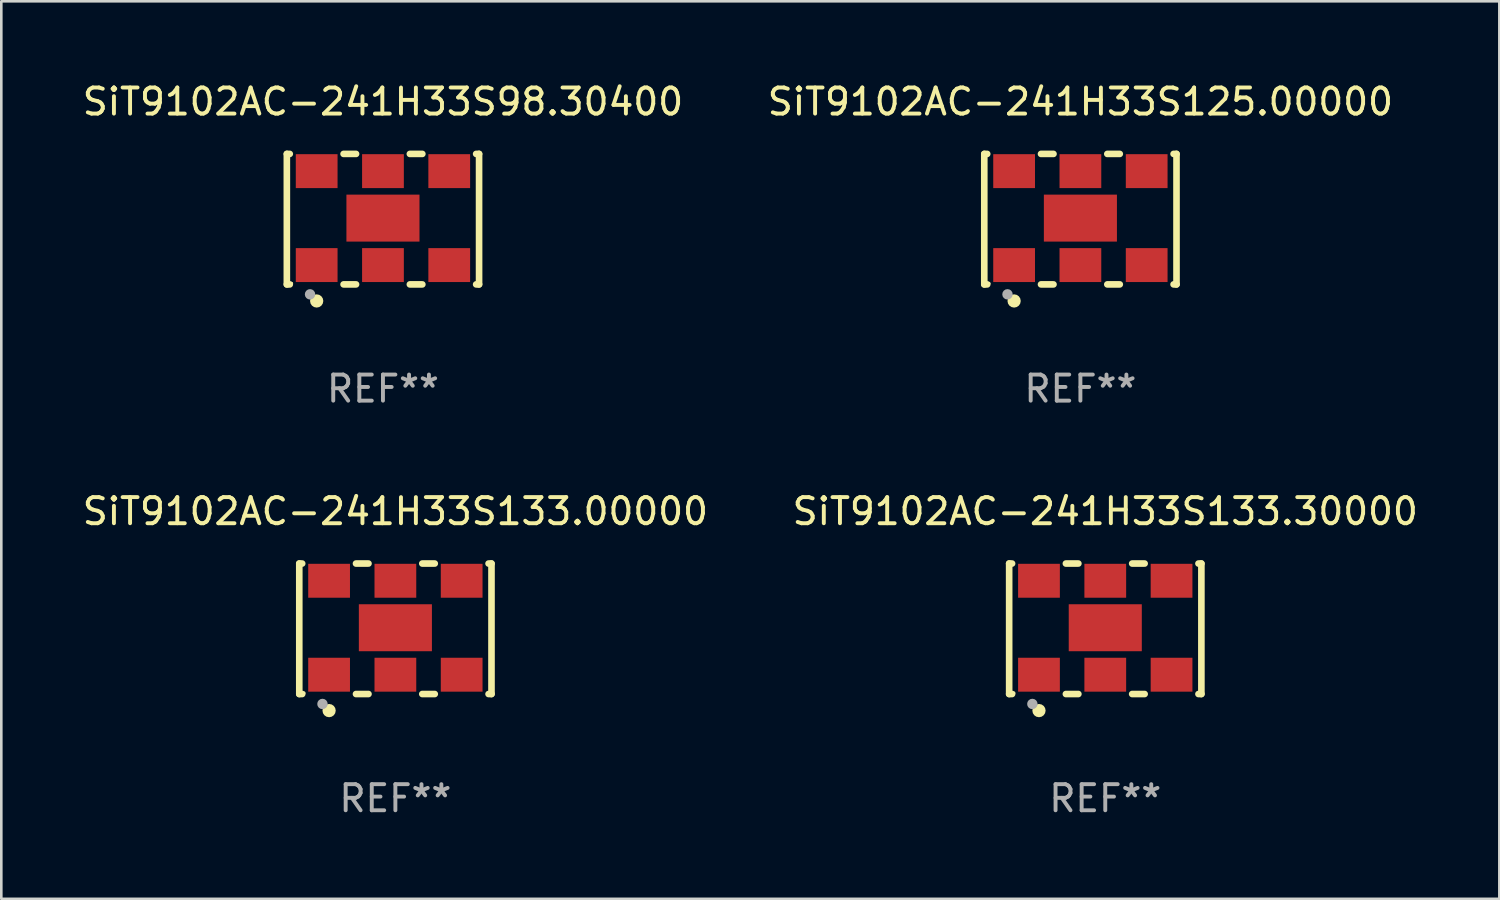
<source format=kicad_pcb>
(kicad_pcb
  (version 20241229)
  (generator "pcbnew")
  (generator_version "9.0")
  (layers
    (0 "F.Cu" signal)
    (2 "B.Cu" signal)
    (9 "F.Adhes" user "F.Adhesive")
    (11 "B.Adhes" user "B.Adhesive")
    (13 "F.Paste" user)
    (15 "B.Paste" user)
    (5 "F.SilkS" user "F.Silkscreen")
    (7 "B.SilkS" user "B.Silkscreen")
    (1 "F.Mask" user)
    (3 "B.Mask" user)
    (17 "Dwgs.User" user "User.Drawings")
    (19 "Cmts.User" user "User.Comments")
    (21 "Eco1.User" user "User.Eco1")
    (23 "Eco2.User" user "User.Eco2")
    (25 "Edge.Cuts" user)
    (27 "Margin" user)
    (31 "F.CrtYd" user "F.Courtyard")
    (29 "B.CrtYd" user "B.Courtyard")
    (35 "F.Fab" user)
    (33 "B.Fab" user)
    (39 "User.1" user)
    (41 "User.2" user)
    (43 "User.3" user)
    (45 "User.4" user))
  (footprint "SiT9102AC-241H33S133.00000"
    (layer "F.Cu")
    (at 12.101 21.045)
    (property "Reference" "SiT9102AC-241H33S133.00000" (at 0 -4.5 0) (layer "F.SilkS") (effects (font (size 1 1) (thickness 0.15))))
    (attr through_hole)
    (fp_line (start -3.683 -2.5) (end -3.571 -2.5) (stroke (width 0.254) (type solid)) (layer "F.SilkS"))
    (fp_line (start -3.683 2.5) (end -3.683 -2.5) (stroke (width 0.254) (type solid)) (layer "F.SilkS"))
    (fp_line (start -3.683 2.5) (end -3.571 2.5) (stroke (width 0.254) (type solid)) (layer "F.SilkS"))
    (fp_line (start -1.509 -2.5) (end -1.031 -2.5) (stroke (width 0.254) (type solid)) (layer "F.SilkS"))
    (fp_line (start -1.509 2.5) (end -1.031 2.5) (stroke (width 0.254) (type solid)) (layer "F.SilkS"))
    (fp_line (start 1.031 -2.5) (end 1.509 -2.5) (stroke (width 0.254) (type solid)) (layer "F.SilkS"))
    (fp_line (start 1.031 2.5) (end 1.509 2.5) (stroke (width 0.254) (type solid)) (layer "F.SilkS"))
    (fp_line (start 3.571 -2.5) (end 3.683 -2.5) (stroke (width 0.254) (type solid)) (layer "F.SilkS"))
    (fp_line (start 3.571 2.5) (end 3.683 2.5) (stroke (width 0.254) (type solid)) (layer "F.SilkS"))
    (fp_line (start 3.683 2.5) (end 3.683 -2.5) (stroke (width 0.254) (type solid)) (layer "F.SilkS"))
    (fp_circle (center -3.5 2.46) (end -3.47 2.46) (stroke (width 0.06) (type solid)) (fill no) (layer "F.SilkS"))
    (fp_circle (center -2.54 3.135) (end -2.413 3.135) (stroke (width 0.254) (type solid)) (fill no) (layer "F.SilkS"))
    (fp_circle (center -2.794 2.881) (end -2.694 2.881) (stroke (width 0.2) (type solid)) (fill no) (layer "F.Fab"))
    (fp_text user "REF**" (at 0 6.5 0) (layer "F.Fab") (effects (font (size 1 1) (thickness 0.15))))
    (pad "1" smd rect (at -2.54 1.76) (size 1.6 1.3) (layers "F.Cu" "F.Mask" "F.Paste"))
    (pad "2" smd rect (at 0 1.76) (size 1.6 1.3) (layers "F.Cu" "F.Mask" "F.Paste"))
    (pad "3" smd rect (at 2.54 1.76) (size 1.6 1.3) (layers "F.Cu" "F.Mask" "F.Paste"))
    (pad "4" smd rect (at 2.54 -1.84) (size 1.6 1.3) (layers "F.Cu" "F.Mask" "F.Paste"))
    (pad "5" smd rect (at 0 -1.84) (size 1.6 1.3) (layers "F.Cu" "F.Mask" "F.Paste"))
    (pad "6" smd rect (at -2.54 -1.84) (size 1.6 1.3) (layers "F.Cu" "F.Mask" "F.Paste"))
    (pad "7" smd rect (at 0 -0.04) (size 2.8 1.8) (layers "F.Cu" "F.Mask" "F.Paste")))
  (footprint "SiT9102AC-241H33S125.00000"
    (layer "F.Cu")
    (at 38.351 5.348)
    (property "Reference" "SiT9102AC-241H33S125.00000" (at 0 -4.5 0) (layer "F.SilkS") (effects (font (size 1 1) (thickness 0.15))))
    (attr through_hole)
    (fp_line (start -3.683 -2.5) (end -3.571 -2.5) (stroke (width 0.254) (type solid)) (layer "F.SilkS"))
    (fp_line (start -3.683 2.5) (end -3.683 -2.5) (stroke (width 0.254) (type solid)) (layer "F.SilkS"))
    (fp_line (start -3.683 2.5) (end -3.571 2.5) (stroke (width 0.254) (type solid)) (layer "F.SilkS"))
    (fp_line (start -1.509 -2.5) (end -1.031 -2.5) (stroke (width 0.254) (type solid)) (layer "F.SilkS"))
    (fp_line (start -1.509 2.5) (end -1.031 2.5) (stroke (width 0.254) (type solid)) (layer "F.SilkS"))
    (fp_line (start 1.031 -2.5) (end 1.509 -2.5) (stroke (width 0.254) (type solid)) (layer "F.SilkS"))
    (fp_line (start 1.031 2.5) (end 1.509 2.5) (stroke (width 0.254) (type solid)) (layer "F.SilkS"))
    (fp_line (start 3.571 -2.5) (end 3.683 -2.5) (stroke (width 0.254) (type solid)) (layer "F.SilkS"))
    (fp_line (start 3.571 2.5) (end 3.683 2.5) (stroke (width 0.254) (type solid)) (layer "F.SilkS"))
    (fp_line (start 3.683 2.5) (end 3.683 -2.5) (stroke (width 0.254) (type solid)) (layer "F.SilkS"))
    (fp_circle (center -3.5 2.46) (end -3.47 2.46) (stroke (width 0.06) (type solid)) (fill no) (layer "F.SilkS"))
    (fp_circle (center -2.54 3.135) (end -2.413 3.135) (stroke (width 0.254) (type solid)) (fill no) (layer "F.SilkS"))
    (fp_circle (center -2.794 2.881) (end -2.694 2.881) (stroke (width 0.2) (type solid)) (fill no) (layer "F.Fab"))
    (fp_text user "REF**" (at 0 6.5 0) (layer "F.Fab") (effects (font (size 1 1) (thickness 0.15))))
    (pad "1" smd rect (at -2.54 1.76) (size 1.6 1.3) (layers "F.Cu" "F.Mask" "F.Paste"))
    (pad "2" smd rect (at 0 1.76) (size 1.6 1.3) (layers "F.Cu" "F.Mask" "F.Paste"))
    (pad "3" smd rect (at 2.54 1.76) (size 1.6 1.3) (layers "F.Cu" "F.Mask" "F.Paste"))
    (pad "4" smd rect (at 2.54 -1.84) (size 1.6 1.3) (layers "F.Cu" "F.Mask" "F.Paste"))
    (pad "5" smd rect (at 0 -1.84) (size 1.6 1.3) (layers "F.Cu" "F.Mask" "F.Paste"))
    (pad "6" smd rect (at -2.54 -1.84) (size 1.6 1.3) (layers "F.Cu" "F.Mask" "F.Paste"))
    (pad "7" smd rect (at 0 -0.04) (size 2.8 1.8) (layers "F.Cu" "F.Mask" "F.Paste")))
  (footprint "SiT9102AC-241H33S133.30000"
    (layer "F.Cu")
    (at 39.304 21.045)
    (property "Reference" "SiT9102AC-241H33S133.30000" (at 0 -4.5 0) (layer "F.SilkS") (effects (font (size 1 1) (thickness 0.15))))
    (attr through_hole)
    (fp_line (start -3.683 -2.5) (end -3.571 -2.5) (stroke (width 0.254) (type solid)) (layer "F.SilkS"))
    (fp_line (start -3.683 2.5) (end -3.683 -2.5) (stroke (width 0.254) (type solid)) (layer "F.SilkS"))
    (fp_line (start -3.683 2.5) (end -3.571 2.5) (stroke (width 0.254) (type solid)) (layer "F.SilkS"))
    (fp_line (start -1.509 -2.5) (end -1.031 -2.5) (stroke (width 0.254) (type solid)) (layer "F.SilkS"))
    (fp_line (start -1.509 2.5) (end -1.031 2.5) (stroke (width 0.254) (type solid)) (layer "F.SilkS"))
    (fp_line (start 1.031 -2.5) (end 1.509 -2.5) (stroke (width 0.254) (type solid)) (layer "F.SilkS"))
    (fp_line (start 1.031 2.5) (end 1.509 2.5) (stroke (width 0.254) (type solid)) (layer "F.SilkS"))
    (fp_line (start 3.571 -2.5) (end 3.683 -2.5) (stroke (width 0.254) (type solid)) (layer "F.SilkS"))
    (fp_line (start 3.571 2.5) (end 3.683 2.5) (stroke (width 0.254) (type solid)) (layer "F.SilkS"))
    (fp_line (start 3.683 2.5) (end 3.683 -2.5) (stroke (width 0.254) (type solid)) (layer "F.SilkS"))
    (fp_circle (center -3.5 2.46) (end -3.47 2.46) (stroke (width 0.06) (type solid)) (fill no) (layer "F.SilkS"))
    (fp_circle (center -2.54 3.135) (end -2.413 3.135) (stroke (width 0.254) (type solid)) (fill no) (layer "F.SilkS"))
    (fp_circle (center -2.794 2.881) (end -2.694 2.881) (stroke (width 0.2) (type solid)) (fill no) (layer "F.Fab"))
    (fp_text user "REF**" (at 0 6.5 0) (layer "F.Fab") (effects (font (size 1 1) (thickness 0.15))))
    (pad "1" smd rect (at -2.54 1.76) (size 1.6 1.3) (layers "F.Cu" "F.Mask" "F.Paste"))
    (pad "2" smd rect (at 0 1.76) (size 1.6 1.3) (layers "F.Cu" "F.Mask" "F.Paste"))
    (pad "3" smd rect (at 2.54 1.76) (size 1.6 1.3) (layers "F.Cu" "F.Mask" "F.Paste"))
    (pad "4" smd rect (at 2.54 -1.84) (size 1.6 1.3) (layers "F.Cu" "F.Mask" "F.Paste"))
    (pad "5" smd rect (at 0 -1.84) (size 1.6 1.3) (layers "F.Cu" "F.Mask" "F.Paste"))
    (pad "6" smd rect (at -2.54 -1.84) (size 1.6 1.3) (layers "F.Cu" "F.Mask" "F.Paste"))
    (pad "7" smd rect (at 0 -0.04) (size 2.8 1.8) (layers "F.Cu" "F.Mask" "F.Paste")))
  (footprint "SiT9102AC-241H33S98.30400"
    (layer "F.Cu")
    (at 11.625 5.348)
    (property "Reference" "SiT9102AC-241H33S98.30400" (at 0 -4.5 0) (layer "F.SilkS") (effects (font (size 1 1) (thickness 0.15))))
    (attr through_hole)
    (fp_line (start -3.683 -2.5) (end -3.571 -2.5) (stroke (width 0.254) (type solid)) (layer "F.SilkS"))
    (fp_line (start -3.683 2.5) (end -3.683 -2.5) (stroke (width 0.254) (type solid)) (layer "F.SilkS"))
    (fp_line (start -3.683 2.5) (end -3.571 2.5) (stroke (width 0.254) (type solid)) (layer "F.SilkS"))
    (fp_line (start -1.509 -2.5) (end -1.031 -2.5) (stroke (width 0.254) (type solid)) (layer "F.SilkS"))
    (fp_line (start -1.509 2.5) (end -1.031 2.5) (stroke (width 0.254) (type solid)) (layer "F.SilkS"))
    (fp_line (start 1.031 -2.5) (end 1.509 -2.5) (stroke (width 0.254) (type solid)) (layer "F.SilkS"))
    (fp_line (start 1.031 2.5) (end 1.509 2.5) (stroke (width 0.254) (type solid)) (layer "F.SilkS"))
    (fp_line (start 3.571 -2.5) (end 3.683 -2.5) (stroke (width 0.254) (type solid)) (layer "F.SilkS"))
    (fp_line (start 3.571 2.5) (end 3.683 2.5) (stroke (width 0.254) (type solid)) (layer "F.SilkS"))
    (fp_line (start 3.683 2.5) (end 3.683 -2.5) (stroke (width 0.254) (type solid)) (layer "F.SilkS"))
    (fp_circle (center -3.5 2.46) (end -3.47 2.46) (stroke (width 0.06) (type solid)) (fill no) (layer "F.SilkS"))
    (fp_circle (center -2.54 3.135) (end -2.413 3.135) (stroke (width 0.254) (type solid)) (fill no) (layer "F.SilkS"))
    (fp_circle (center -2.794 2.881) (end -2.694 2.881) (stroke (width 0.2) (type solid)) (fill no) (layer "F.Fab"))
    (fp_text user "REF**" (at 0 6.5 0) (layer "F.Fab") (effects (font (size 1 1) (thickness 0.15))))
    (pad "1" smd rect (at -2.54 1.76) (size 1.6 1.3) (layers "F.Cu" "F.Mask" "F.Paste"))
    (pad "2" smd rect (at 0 1.76) (size 1.6 1.3) (layers "F.Cu" "F.Mask" "F.Paste"))
    (pad "3" smd rect (at 2.54 1.76) (size 1.6 1.3) (layers "F.Cu" "F.Mask" "F.Paste"))
    (pad "4" smd rect (at 2.54 -1.84) (size 1.6 1.3) (layers "F.Cu" "F.Mask" "F.Paste"))
    (pad "5" smd rect (at 0 -1.84) (size 1.6 1.3) (layers "F.Cu" "F.Mask" "F.Paste"))
    (pad "6" smd rect (at -2.54 -1.84) (size 1.6 1.3) (layers "F.Cu" "F.Mask" "F.Paste"))
    (pad "7" smd rect (at 0 -0.04) (size 2.8 1.8) (layers "F.Cu" "F.Mask" "F.Paste")))
  (gr_rect
    (start -3 -3)
    (end 54.405 31.393)
    (stroke (width 0.1) (type default))
    (fill no)
    (layer "Edge.Cuts")))
</source>
